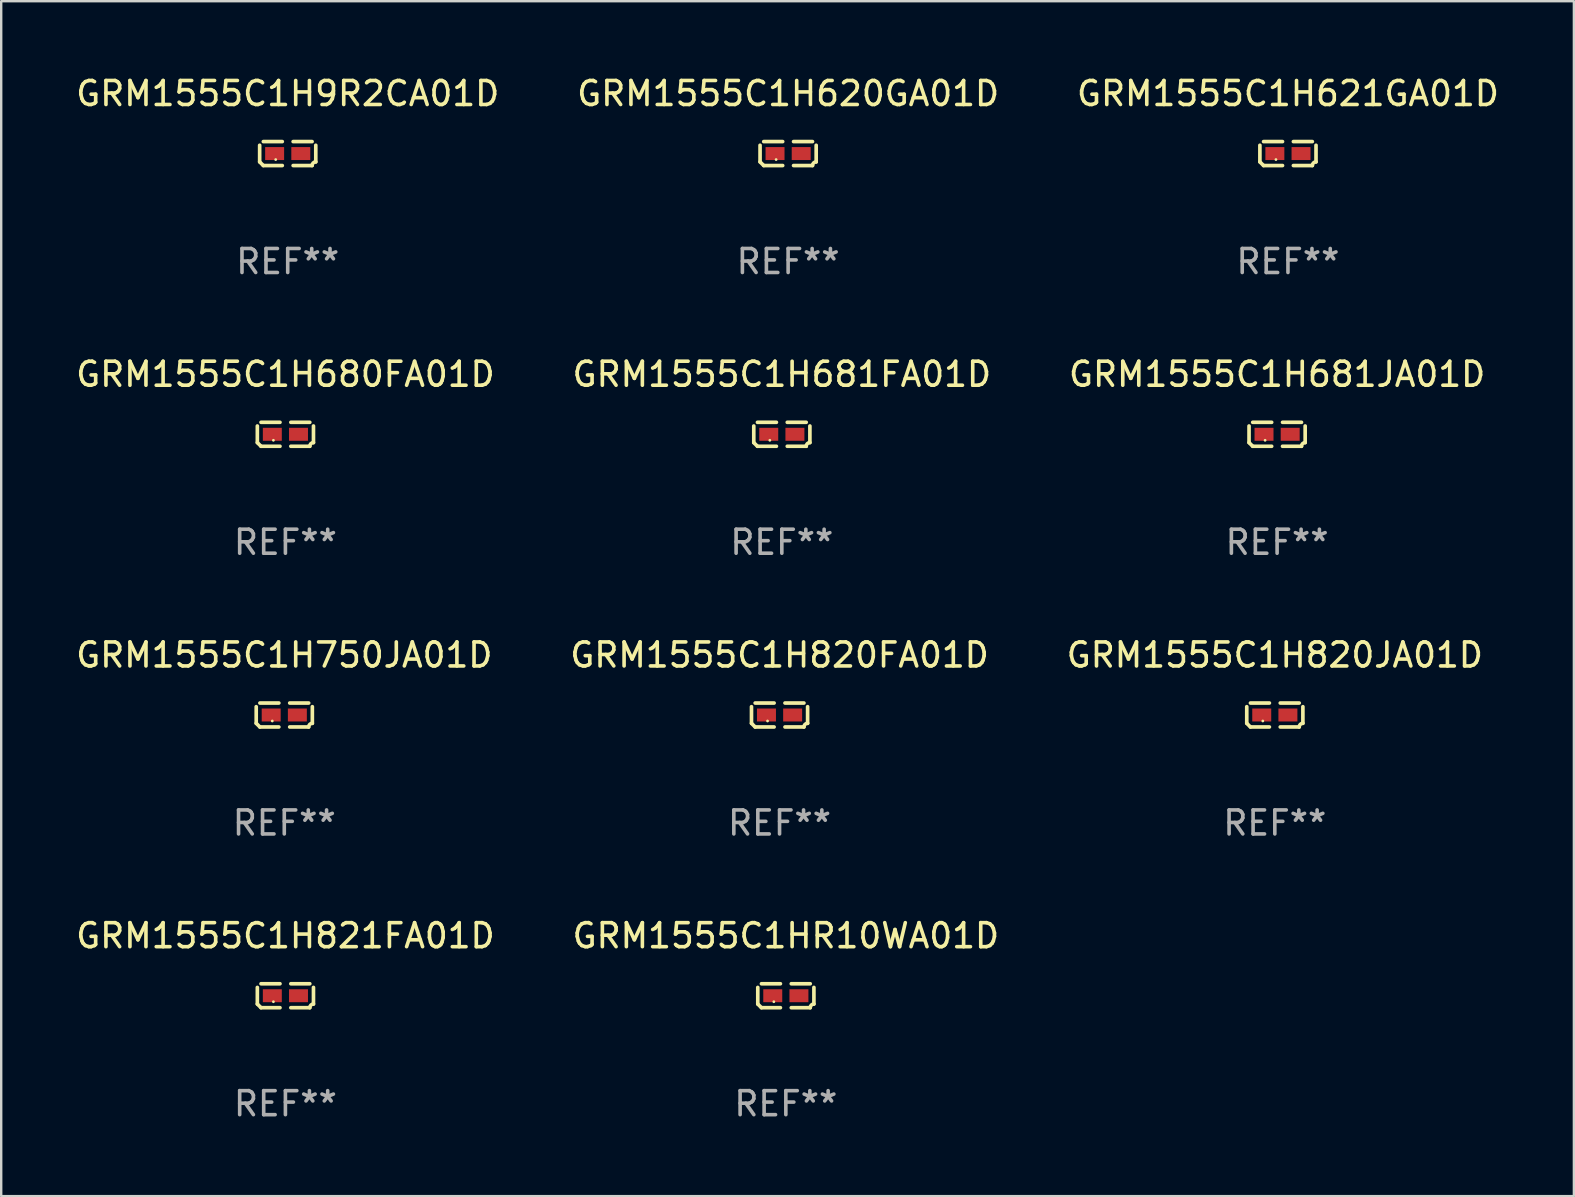
<source format=kicad_pcb>
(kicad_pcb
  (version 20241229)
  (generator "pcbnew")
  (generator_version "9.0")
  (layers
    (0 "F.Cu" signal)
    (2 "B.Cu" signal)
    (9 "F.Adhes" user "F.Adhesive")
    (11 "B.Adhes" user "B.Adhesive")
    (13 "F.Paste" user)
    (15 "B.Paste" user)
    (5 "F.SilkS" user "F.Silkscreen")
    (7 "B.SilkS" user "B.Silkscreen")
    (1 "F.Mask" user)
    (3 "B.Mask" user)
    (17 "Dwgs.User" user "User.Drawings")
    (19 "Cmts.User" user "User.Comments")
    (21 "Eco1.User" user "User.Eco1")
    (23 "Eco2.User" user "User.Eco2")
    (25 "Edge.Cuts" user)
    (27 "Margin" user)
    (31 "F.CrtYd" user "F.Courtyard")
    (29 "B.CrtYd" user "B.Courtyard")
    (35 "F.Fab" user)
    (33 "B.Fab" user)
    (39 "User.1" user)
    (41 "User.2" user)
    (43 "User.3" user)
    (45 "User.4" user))
  (footprint "GRM1555C1H820FA01D"
    (layer "F.Cu")
    (at 29.423 26.734)
    (property "Reference" "GRM1555C1H820FA01D" (at 0 -2.499 0) (layer "F.SilkS") (effects (font (size 1 1) (thickness 0.15))))
    (attr through_hole)
    (fp_line (start -1.169 0.346) (end -1.169 -0.346) (stroke (width 0.152) (type solid)) (layer "F.SilkS"))
    (fp_line (start -1.016 -0.499) (end -0.226 -0.499) (stroke (width 0.152) (type solid)) (layer "F.SilkS"))
    (fp_line (start -0.226 0.499) (end -1.016 0.499) (stroke (width 0.152) (type solid)) (layer "F.SilkS"))
    (fp_line (start 0.226 0.499) (end 1.016 0.499) (stroke (width 0.152) (type solid)) (layer "F.SilkS"))
    (fp_line (start 1.016 -0.499) (end 0.226 -0.499) (stroke (width 0.152) (type solid)) (layer "F.SilkS"))
    (fp_line (start 1.169 0.346) (end 1.169 -0.346) (stroke (width 0.152) (type solid)) (layer "F.SilkS"))
    (fp_arc (start -1.016307 0.498603) (mid -1.092512 0.422405) (end -1.16871 0.3462) (stroke (width 0.1524) (type solid)) (layer "F.SilkS"))
    (fp_arc (start 1.016307 0.498603) (mid 1.060899 0.390758) (end 1.168707 0.346076) (stroke (width 0.1524) (type solid)) (layer "F.SilkS"))
    (fp_circle (center -0.5 0.25) (end -0.47 0.25) (stroke (width 0.06) (type solid)) (fill no) (layer "F.SilkS"))
    (fp_text user "REF**" (at 0 4.499 0) (layer "F.Fab") (effects (font (size 1 1) (thickness 0.15))))
    (pad "1" smd rect (at -0.545 0) (size 0.79 0.54) (layers "F.Cu" "F.Mask" "F.Paste"))
    (pad "2" smd rect (at 0.545 0) (size 0.79 0.54) (layers "F.Cu" "F.Mask" "F.Paste")))
  (footprint "GRM1555C1H681JA01D"
    (layer "F.Cu")
    (at 50.149 15.041)
    (property "Reference" "GRM1555C1H681JA01D" (at 0 -2.499 0) (layer "F.SilkS") (effects (font (size 1 1) (thickness 0.15))))
    (attr through_hole)
    (fp_line (start -1.169 0.346) (end -1.169 -0.346) (stroke (width 0.152) (type solid)) (layer "F.SilkS"))
    (fp_line (start -1.016 -0.499) (end -0.226 -0.499) (stroke (width 0.152) (type solid)) (layer "F.SilkS"))
    (fp_line (start -0.226 0.499) (end -1.016 0.499) (stroke (width 0.152) (type solid)) (layer "F.SilkS"))
    (fp_line (start 0.226 0.499) (end 1.016 0.499) (stroke (width 0.152) (type solid)) (layer "F.SilkS"))
    (fp_line (start 1.016 -0.499) (end 0.226 -0.499) (stroke (width 0.152) (type solid)) (layer "F.SilkS"))
    (fp_line (start 1.169 0.346) (end 1.169 -0.346) (stroke (width 0.152) (type solid)) (layer "F.SilkS"))
    (fp_arc (start -1.016307 0.498603) (mid -1.092512 0.422405) (end -1.16871 0.3462) (stroke (width 0.1524) (type solid)) (layer "F.SilkS"))
    (fp_arc (start 1.016307 0.498603) (mid 1.060899 0.390758) (end 1.168707 0.346076) (stroke (width 0.1524) (type solid)) (layer "F.SilkS"))
    (fp_circle (center -0.5 0.25) (end -0.47 0.25) (stroke (width 0.06) (type solid)) (fill no) (layer "F.SilkS"))
    (fp_text user "REF**" (at 0 4.499 0) (layer "F.Fab") (effects (font (size 1 1) (thickness 0.15))))
    (pad "1" smd rect (at -0.545 0) (size 0.79 0.54) (layers "F.Cu" "F.Mask" "F.Paste"))
    (pad "2" smd rect (at 0.545 0) (size 0.79 0.54) (layers "F.Cu" "F.Mask" "F.Paste")))
  (footprint "GRM1555C1H821FA01D"
    (layer "F.Cu")
    (at 8.839 38.428)
    (property "Reference" "GRM1555C1H821FA01D" (at 0 -2.499 0) (layer "F.SilkS") (effects (font (size 1 1) (thickness 0.15))))
    (attr through_hole)
    (fp_line (start -1.169 0.346) (end -1.169 -0.346) (stroke (width 0.152) (type solid)) (layer "F.SilkS"))
    (fp_line (start -1.016 -0.499) (end -0.226 -0.499) (stroke (width 0.152) (type solid)) (layer "F.SilkS"))
    (fp_line (start -0.226 0.499) (end -1.016 0.499) (stroke (width 0.152) (type solid)) (layer "F.SilkS"))
    (fp_line (start 0.226 0.499) (end 1.016 0.499) (stroke (width 0.152) (type solid)) (layer "F.SilkS"))
    (fp_line (start 1.016 -0.499) (end 0.226 -0.499) (stroke (width 0.152) (type solid)) (layer "F.SilkS"))
    (fp_line (start 1.169 0.346) (end 1.169 -0.346) (stroke (width 0.152) (type solid)) (layer "F.SilkS"))
    (fp_arc (start -1.016307 0.498603) (mid -1.092512 0.422405) (end -1.16871 0.3462) (stroke (width 0.1524) (type solid)) (layer "F.SilkS"))
    (fp_arc (start 1.016307 0.498603) (mid 1.060899 0.390758) (end 1.168707 0.346076) (stroke (width 0.1524) (type solid)) (layer "F.SilkS"))
    (fp_circle (center -0.5 0.25) (end -0.47 0.25) (stroke (width 0.06) (type solid)) (fill no) (layer "F.SilkS"))
    (fp_text user "REF**" (at 0 4.499 0) (layer "F.Fab") (effects (font (size 1 1) (thickness 0.15))))
    (pad "1" smd rect (at -0.545 0) (size 0.79 0.54) (layers "F.Cu" "F.Mask" "F.Paste"))
    (pad "2" smd rect (at 0.545 0) (size 0.79 0.54) (layers "F.Cu" "F.Mask" "F.Paste")))
  (footprint "GRM1555C1H681FA01D"
    (layer "F.Cu")
    (at 29.518 15.041)
    (property "Reference" "GRM1555C1H681FA01D" (at 0 -2.499 0) (layer "F.SilkS") (effects (font (size 1 1) (thickness 0.15))))
    (attr through_hole)
    (fp_line (start -1.169 0.346) (end -1.169 -0.346) (stroke (width 0.152) (type solid)) (layer "F.SilkS"))
    (fp_line (start -1.016 -0.499) (end -0.226 -0.499) (stroke (width 0.152) (type solid)) (layer "F.SilkS"))
    (fp_line (start -0.226 0.499) (end -1.016 0.499) (stroke (width 0.152) (type solid)) (layer "F.SilkS"))
    (fp_line (start 0.226 0.499) (end 1.016 0.499) (stroke (width 0.152) (type solid)) (layer "F.SilkS"))
    (fp_line (start 1.016 -0.499) (end 0.226 -0.499) (stroke (width 0.152) (type solid)) (layer "F.SilkS"))
    (fp_line (start 1.169 0.346) (end 1.169 -0.346) (stroke (width 0.152) (type solid)) (layer "F.SilkS"))
    (fp_arc (start -1.016307 0.498603) (mid -1.092512 0.422405) (end -1.16871 0.3462) (stroke (width 0.1524) (type solid)) (layer "F.SilkS"))
    (fp_arc (start 1.016307 0.498603) (mid 1.060899 0.390758) (end 1.168707 0.346076) (stroke (width 0.1524) (type solid)) (layer "F.SilkS"))
    (fp_circle (center -0.5 0.25) (end -0.47 0.25) (stroke (width 0.06) (type solid)) (fill no) (layer "F.SilkS"))
    (fp_text user "REF**" (at 0 4.499 0) (layer "F.Fab") (effects (font (size 1 1) (thickness 0.15))))
    (pad "1" smd rect (at -0.545 0) (size 0.79 0.54) (layers "F.Cu" "F.Mask" "F.Paste"))
    (pad "2" smd rect (at 0.545 0) (size 0.79 0.54) (layers "F.Cu" "F.Mask" "F.Paste")))
  (footprint "GRM1555C1H9R2CA01D"
    (layer "F.Cu")
    (at 8.935 3.347)
    (property "Reference" "GRM1555C1H9R2CA01D" (at 0 -2.499 0) (layer "F.SilkS") (effects (font (size 1 1) (thickness 0.15))))
    (attr through_hole)
    (fp_line (start -1.169 0.346) (end -1.169 -0.346) (stroke (width 0.152) (type solid)) (layer "F.SilkS"))
    (fp_line (start -1.016 -0.499) (end -0.226 -0.499) (stroke (width 0.152) (type solid)) (layer "F.SilkS"))
    (fp_line (start -0.226 0.499) (end -1.016 0.499) (stroke (width 0.152) (type solid)) (layer "F.SilkS"))
    (fp_line (start 0.226 0.499) (end 1.016 0.499) (stroke (width 0.152) (type solid)) (layer "F.SilkS"))
    (fp_line (start 1.016 -0.499) (end 0.226 -0.499) (stroke (width 0.152) (type solid)) (layer "F.SilkS"))
    (fp_line (start 1.169 0.346) (end 1.169 -0.346) (stroke (width 0.152) (type solid)) (layer "F.SilkS"))
    (fp_arc (start -1.016307 0.498603) (mid -1.092512 0.422405) (end -1.16871 0.3462) (stroke (width 0.1524) (type solid)) (layer "F.SilkS"))
    (fp_arc (start 1.016307 0.498603) (mid 1.060899 0.390758) (end 1.168707 0.346076) (stroke (width 0.1524) (type solid)) (layer "F.SilkS"))
    (fp_circle (center -0.5 0.25) (end -0.47 0.25) (stroke (width 0.06) (type solid)) (fill no) (layer "F.SilkS"))
    (fp_text user "REF**" (at 0 4.499 0) (layer "F.Fab") (effects (font (size 1 1) (thickness 0.15))))
    (pad "1" smd rect (at -0.545 0) (size 0.79 0.54) (layers "F.Cu" "F.Mask" "F.Paste"))
    (pad "2" smd rect (at 0.545 0) (size 0.79 0.54) (layers "F.Cu" "F.Mask" "F.Paste")))
  (footprint "GRM1555C1H750JA01D"
    (layer "F.Cu")
    (at 8.792 26.734)
    (property "Reference" "GRM1555C1H750JA01D" (at 0 -2.499 0) (layer "F.SilkS") (effects (font (size 1 1) (thickness 0.15))))
    (attr through_hole)
    (fp_line (start -1.169 0.346) (end -1.169 -0.346) (stroke (width 0.152) (type solid)) (layer "F.SilkS"))
    (fp_line (start -1.016 -0.499) (end -0.226 -0.499) (stroke (width 0.152) (type solid)) (layer "F.SilkS"))
    (fp_line (start -0.226 0.499) (end -1.016 0.499) (stroke (width 0.152) (type solid)) (layer "F.SilkS"))
    (fp_line (start 0.226 0.499) (end 1.016 0.499) (stroke (width 0.152) (type solid)) (layer "F.SilkS"))
    (fp_line (start 1.016 -0.499) (end 0.226 -0.499) (stroke (width 0.152) (type solid)) (layer "F.SilkS"))
    (fp_line (start 1.169 0.346) (end 1.169 -0.346) (stroke (width 0.152) (type solid)) (layer "F.SilkS"))
    (fp_arc (start -1.016307 0.498603) (mid -1.092512 0.422405) (end -1.16871 0.3462) (stroke (width 0.1524) (type solid)) (layer "F.SilkS"))
    (fp_arc (start 1.016307 0.498603) (mid 1.060899 0.390758) (end 1.168707 0.346076) (stroke (width 0.1524) (type solid)) (layer "F.SilkS"))
    (fp_circle (center -0.5 0.25) (end -0.47 0.25) (stroke (width 0.06) (type solid)) (fill no) (layer "F.SilkS"))
    (fp_text user "REF**" (at 0 4.499 0) (layer "F.Fab") (effects (font (size 1 1) (thickness 0.15))))
    (pad "1" smd rect (at -0.545 0) (size 0.79 0.54) (layers "F.Cu" "F.Mask" "F.Paste"))
    (pad "2" smd rect (at 0.545 0) (size 0.79 0.54) (layers "F.Cu" "F.Mask" "F.Paste")))
  (footprint "GRM1555C1H621GA01D"
    (layer "F.Cu")
    (at 50.601 3.347)
    (property "Reference" "GRM1555C1H621GA01D" (at 0 -2.499 0) (layer "F.SilkS") (effects (font (size 1 1) (thickness 0.15))))
    (attr through_hole)
    (fp_line (start -1.169 0.346) (end -1.169 -0.346) (stroke (width 0.152) (type solid)) (layer "F.SilkS"))
    (fp_line (start -1.016 -0.499) (end -0.226 -0.499) (stroke (width 0.152) (type solid)) (layer "F.SilkS"))
    (fp_line (start -0.226 0.499) (end -1.016 0.499) (stroke (width 0.152) (type solid)) (layer "F.SilkS"))
    (fp_line (start 0.226 0.499) (end 1.016 0.499) (stroke (width 0.152) (type solid)) (layer "F.SilkS"))
    (fp_line (start 1.016 -0.499) (end 0.226 -0.499) (stroke (width 0.152) (type solid)) (layer "F.SilkS"))
    (fp_line (start 1.169 0.346) (end 1.169 -0.346) (stroke (width 0.152) (type solid)) (layer "F.SilkS"))
    (fp_arc (start -1.016307 0.498603) (mid -1.092512 0.422405) (end -1.16871 0.3462) (stroke (width 0.1524) (type solid)) (layer "F.SilkS"))
    (fp_arc (start 1.016307 0.498603) (mid 1.060899 0.390758) (end 1.168707 0.346076) (stroke (width 0.1524) (type solid)) (layer "F.SilkS"))
    (fp_circle (center -0.5 0.25) (end -0.47 0.25) (stroke (width 0.06) (type solid)) (fill no) (layer "F.SilkS"))
    (fp_text user "REF**" (at 0 4.499 0) (layer "F.Fab") (effects (font (size 1 1) (thickness 0.15))))
    (pad "1" smd rect (at -0.545 0) (size 0.79 0.54) (layers "F.Cu" "F.Mask" "F.Paste"))
    (pad "2" smd rect (at 0.545 0) (size 0.79 0.54) (layers "F.Cu" "F.Mask" "F.Paste")))
  (footprint "GRM1555C1H620GA01D"
    (layer "F.Cu")
    (at 29.78 3.347)
    (property "Reference" "GRM1555C1H620GA01D" (at 0 -2.499 0) (layer "F.SilkS") (effects (font (size 1 1) (thickness 0.15))))
    (attr through_hole)
    (fp_line (start -1.169 0.346) (end -1.169 -0.346) (stroke (width 0.152) (type solid)) (layer "F.SilkS"))
    (fp_line (start -1.016 -0.499) (end -0.226 -0.499) (stroke (width 0.152) (type solid)) (layer "F.SilkS"))
    (fp_line (start -0.226 0.499) (end -1.016 0.499) (stroke (width 0.152) (type solid)) (layer "F.SilkS"))
    (fp_line (start 0.226 0.499) (end 1.016 0.499) (stroke (width 0.152) (type solid)) (layer "F.SilkS"))
    (fp_line (start 1.016 -0.499) (end 0.226 -0.499) (stroke (width 0.152) (type solid)) (layer "F.SilkS"))
    (fp_line (start 1.169 0.346) (end 1.169 -0.346) (stroke (width 0.152) (type solid)) (layer "F.SilkS"))
    (fp_arc (start -1.016307 0.498603) (mid -1.092512 0.422405) (end -1.16871 0.3462) (stroke (width 0.1524) (type solid)) (layer "F.SilkS"))
    (fp_arc (start 1.016307 0.498603) (mid 1.060899 0.390758) (end 1.168707 0.346076) (stroke (width 0.1524) (type solid)) (layer "F.SilkS"))
    (fp_circle (center -0.5 0.25) (end -0.47 0.25) (stroke (width 0.06) (type solid)) (fill no) (layer "F.SilkS"))
    (fp_text user "REF**" (at 0 4.499 0) (layer "F.Fab") (effects (font (size 1 1) (thickness 0.15))))
    (pad "1" smd rect (at -0.545 0) (size 0.79 0.54) (layers "F.Cu" "F.Mask" "F.Paste"))
    (pad "2" smd rect (at 0.545 0) (size 0.79 0.54) (layers "F.Cu" "F.Mask" "F.Paste")))
  (footprint "GRM1555C1HR10WA01D"
    (layer "F.Cu")
    (at 29.685 38.428)
    (property "Reference" "GRM1555C1HR10WA01D" (at 0 -2.499 0) (layer "F.SilkS") (effects (font (size 1 1) (thickness 0.15))))
    (attr through_hole)
    (fp_line (start -1.169 0.346) (end -1.169 -0.346) (stroke (width 0.152) (type solid)) (layer "F.SilkS"))
    (fp_line (start -1.016 -0.499) (end -0.226 -0.499) (stroke (width 0.152) (type solid)) (layer "F.SilkS"))
    (fp_line (start -0.226 0.499) (end -1.016 0.499) (stroke (width 0.152) (type solid)) (layer "F.SilkS"))
    (fp_line (start 0.226 0.499) (end 1.016 0.499) (stroke (width 0.152) (type solid)) (layer "F.SilkS"))
    (fp_line (start 1.016 -0.499) (end 0.226 -0.499) (stroke (width 0.152) (type solid)) (layer "F.SilkS"))
    (fp_line (start 1.169 0.346) (end 1.169 -0.346) (stroke (width 0.152) (type solid)) (layer "F.SilkS"))
    (fp_arc (start -1.016307 0.498603) (mid -1.092512 0.422405) (end -1.16871 0.3462) (stroke (width 0.1524) (type solid)) (layer "F.SilkS"))
    (fp_arc (start 1.016307 0.498603) (mid 1.060899 0.390758) (end 1.168707 0.346076) (stroke (width 0.1524) (type solid)) (layer "F.SilkS"))
    (fp_circle (center -0.5 0.25) (end -0.47 0.25) (stroke (width 0.06) (type solid)) (fill no) (layer "F.SilkS"))
    (fp_text user "REF**" (at 0 4.499 0) (layer "F.Fab") (effects (font (size 1 1) (thickness 0.15))))
    (pad "1" smd rect (at -0.545 0) (size 0.79 0.54) (layers "F.Cu" "F.Mask" "F.Paste"))
    (pad "2" smd rect (at 0.545 0) (size 0.79 0.54) (layers "F.Cu" "F.Mask" "F.Paste")))
  (footprint "GRM1555C1H680FA01D"
    (layer "F.Cu")
    (at 8.839 15.041)
    (property "Reference" "GRM1555C1H680FA01D" (at 0 -2.499 0) (layer "F.SilkS") (effects (font (size 1 1) (thickness 0.15))))
    (attr through_hole)
    (fp_line (start -1.169 0.346) (end -1.169 -0.346) (stroke (width 0.152) (type solid)) (layer "F.SilkS"))
    (fp_line (start -1.016 -0.499) (end -0.226 -0.499) (stroke (width 0.152) (type solid)) (layer "F.SilkS"))
    (fp_line (start -0.226 0.499) (end -1.016 0.499) (stroke (width 0.152) (type solid)) (layer "F.SilkS"))
    (fp_line (start 0.226 0.499) (end 1.016 0.499) (stroke (width 0.152) (type solid)) (layer "F.SilkS"))
    (fp_line (start 1.016 -0.499) (end 0.226 -0.499) (stroke (width 0.152) (type solid)) (layer "F.SilkS"))
    (fp_line (start 1.169 0.346) (end 1.169 -0.346) (stroke (width 0.152) (type solid)) (layer "F.SilkS"))
    (fp_arc (start -1.016307 0.498603) (mid -1.092512 0.422405) (end -1.16871 0.3462) (stroke (width 0.1524) (type solid)) (layer "F.SilkS"))
    (fp_arc (start 1.016307 0.498603) (mid 1.060899 0.390758) (end 1.168707 0.346076) (stroke (width 0.1524) (type solid)) (layer "F.SilkS"))
    (fp_circle (center -0.5 0.25) (end -0.47 0.25) (stroke (width 0.06) (type solid)) (fill no) (layer "F.SilkS"))
    (fp_text user "REF**" (at 0 4.499 0) (layer "F.Fab") (effects (font (size 1 1) (thickness 0.15))))
    (pad "1" smd rect (at -0.545 0) (size 0.79 0.54) (layers "F.Cu" "F.Mask" "F.Paste"))
    (pad "2" smd rect (at 0.545 0) (size 0.79 0.54) (layers "F.Cu" "F.Mask" "F.Paste")))
  (footprint "GRM1555C1H820JA01D"
    (layer "F.Cu")
    (at 50.054 26.734)
    (property "Reference" "GRM1555C1H820JA01D" (at 0 -2.499 0) (layer "F.SilkS") (effects (font (size 1 1) (thickness 0.15))))
    (attr through_hole)
    (fp_line (start -1.169 0.346) (end -1.169 -0.346) (stroke (width 0.152) (type solid)) (layer "F.SilkS"))
    (fp_line (start -1.016 -0.499) (end -0.226 -0.499) (stroke (width 0.152) (type solid)) (layer "F.SilkS"))
    (fp_line (start -0.226 0.499) (end -1.016 0.499) (stroke (width 0.152) (type solid)) (layer "F.SilkS"))
    (fp_line (start 0.226 0.499) (end 1.016 0.499) (stroke (width 0.152) (type solid)) (layer "F.SilkS"))
    (fp_line (start 1.016 -0.499) (end 0.226 -0.499) (stroke (width 0.152) (type solid)) (layer "F.SilkS"))
    (fp_line (start 1.169 0.346) (end 1.169 -0.346) (stroke (width 0.152) (type solid)) (layer "F.SilkS"))
    (fp_arc (start -1.016307 0.498603) (mid -1.092512 0.422405) (end -1.16871 0.3462) (stroke (width 0.1524) (type solid)) (layer "F.SilkS"))
    (fp_arc (start 1.016307 0.498603) (mid 1.060899 0.390758) (end 1.168707 0.346076) (stroke (width 0.1524) (type solid)) (layer "F.SilkS"))
    (fp_circle (center -0.5 0.25) (end -0.47 0.25) (stroke (width 0.06) (type solid)) (fill no) (layer "F.SilkS"))
    (fp_text user "REF**" (at 0 4.499 0) (layer "F.Fab") (effects (font (size 1 1) (thickness 0.15))))
    (pad "1" smd rect (at -0.545 0) (size 0.79 0.54) (layers "F.Cu" "F.Mask" "F.Paste"))
    (pad "2" smd rect (at 0.545 0) (size 0.79 0.54) (layers "F.Cu" "F.Mask" "F.Paste")))
  (gr_rect
    (start -3 -3)
    (end 62.512 46.775)
    (stroke (width 0.1) (type default))
    (fill no)
    (layer "Edge.Cuts")))
</source>
